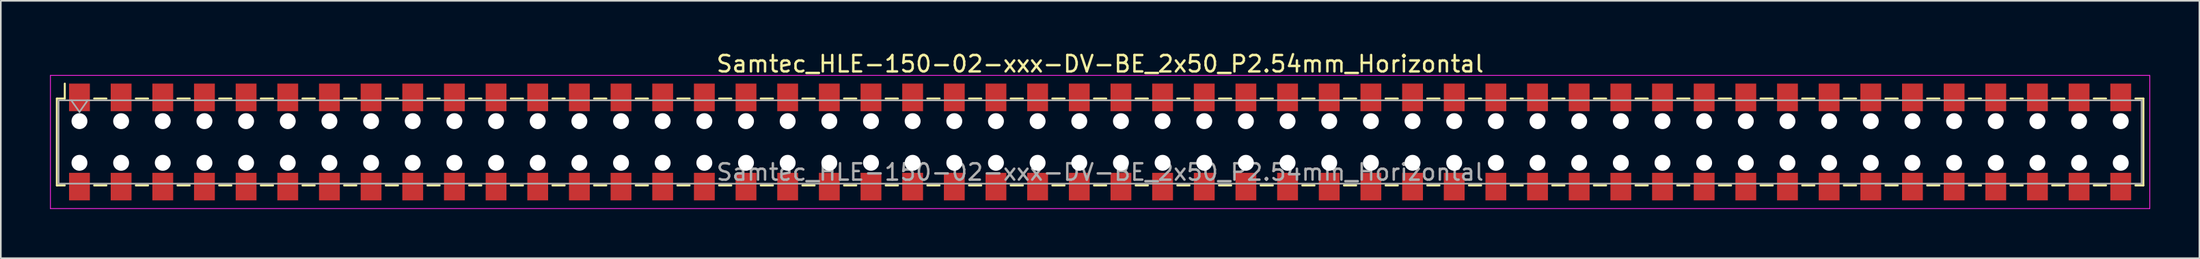
<source format=kicad_pcb>
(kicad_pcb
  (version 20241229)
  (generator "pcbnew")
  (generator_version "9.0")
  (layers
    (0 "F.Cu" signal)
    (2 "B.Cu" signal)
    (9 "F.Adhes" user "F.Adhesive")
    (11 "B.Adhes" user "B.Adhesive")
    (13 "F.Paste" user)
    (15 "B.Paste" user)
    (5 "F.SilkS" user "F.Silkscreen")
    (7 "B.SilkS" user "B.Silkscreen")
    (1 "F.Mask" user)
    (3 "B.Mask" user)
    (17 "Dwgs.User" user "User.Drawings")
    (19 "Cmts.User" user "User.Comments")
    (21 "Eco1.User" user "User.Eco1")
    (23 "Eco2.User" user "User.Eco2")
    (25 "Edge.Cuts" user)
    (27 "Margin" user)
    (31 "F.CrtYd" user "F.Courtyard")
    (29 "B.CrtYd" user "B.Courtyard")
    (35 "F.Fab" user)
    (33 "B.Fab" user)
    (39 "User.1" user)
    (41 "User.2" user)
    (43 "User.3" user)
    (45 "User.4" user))
  (footprint "Samtec_HLE-150-02-xxx-DV-BE_2x50_P2.54mm_Horizontal"
    (layer "F.Cu")
    (at 64.025 5.608)
    (property "Reference" "Samtec_HLE-150-02-xxx-DV-BE_2x50_P2.54mm_Horizontal" (at 0 -4.76 0) (layer "F.SilkS") (effects (font (size 1 1) (thickness 0.15))))
    (attr smd)
    (fp_line (start -63.61 -2.65) (end -63.61 2.65) (stroke (width 0.12) (type solid)) (layer "F.SilkS"))
    (fp_line (start -63.61 2.65) (end -63.125 2.65) (stroke (width 0.12) (type solid)) (layer "F.SilkS"))
    (fp_line (start -63.125 -3.56) (end -63.125 -2.65) (stroke (width 0.12) (type solid)) (layer "F.SilkS"))
    (fp_line (start -63.125 -2.65) (end -63.61 -2.65) (stroke (width 0.12) (type solid)) (layer "F.SilkS"))
    (fp_line (start -61.335 -2.65) (end -60.585 -2.65) (stroke (width 0.12) (type solid)) (layer "F.SilkS"))
    (fp_line (start -61.335 2.65) (end -60.585 2.65) (stroke (width 0.12) (type solid)) (layer "F.SilkS"))
    (fp_line (start -58.795 -2.65) (end -58.045 -2.65) (stroke (width 0.12) (type solid)) (layer "F.SilkS"))
    (fp_line (start -58.795 2.65) (end -58.045 2.65) (stroke (width 0.12) (type solid)) (layer "F.SilkS"))
    (fp_line (start -56.255 -2.65) (end -55.505 -2.65) (stroke (width 0.12) (type solid)) (layer "F.SilkS"))
    (fp_line (start -56.255 2.65) (end -55.505 2.65) (stroke (width 0.12) (type solid)) (layer "F.SilkS"))
    (fp_line (start -53.715 -2.65) (end -52.965 -2.65) (stroke (width 0.12) (type solid)) (layer "F.SilkS"))
    (fp_line (start -53.715 2.65) (end -52.965 2.65) (stroke (width 0.12) (type solid)) (layer "F.SilkS"))
    (fp_line (start -51.175 -2.65) (end -50.425 -2.65) (stroke (width 0.12) (type solid)) (layer "F.SilkS"))
    (fp_line (start -51.175 2.65) (end -50.425 2.65) (stroke (width 0.12) (type solid)) (layer "F.SilkS"))
    (fp_line (start -48.635 -2.65) (end -47.885 -2.65) (stroke (width 0.12) (type solid)) (layer "F.SilkS"))
    (fp_line (start -48.635 2.65) (end -47.885 2.65) (stroke (width 0.12) (type solid)) (layer "F.SilkS"))
    (fp_line (start -46.095 -2.65) (end -45.345 -2.65) (stroke (width 0.12) (type solid)) (layer "F.SilkS"))
    (fp_line (start -46.095 2.65) (end -45.345 2.65) (stroke (width 0.12) (type solid)) (layer "F.SilkS"))
    (fp_line (start -43.555 -2.65) (end -42.805 -2.65) (stroke (width 0.12) (type solid)) (layer "F.SilkS"))
    (fp_line (start -43.555 2.65) (end -42.805 2.65) (stroke (width 0.12) (type solid)) (layer "F.SilkS"))
    (fp_line (start -41.015 -2.65) (end -40.265 -2.65) (stroke (width 0.12) (type solid)) (layer "F.SilkS"))
    (fp_line (start -41.015 2.65) (end -40.265 2.65) (stroke (width 0.12) (type solid)) (layer "F.SilkS"))
    (fp_line (start -38.475 -2.65) (end -37.725 -2.65) (stroke (width 0.12) (type solid)) (layer "F.SilkS"))
    (fp_line (start -38.475 2.65) (end -37.725 2.65) (stroke (width 0.12) (type solid)) (layer "F.SilkS"))
    (fp_line (start -35.935 -2.65) (end -35.185 -2.65) (stroke (width 0.12) (type solid)) (layer "F.SilkS"))
    (fp_line (start -35.935 2.65) (end -35.185 2.65) (stroke (width 0.12) (type solid)) (layer "F.SilkS"))
    (fp_line (start -33.395 -2.65) (end -32.645 -2.65) (stroke (width 0.12) (type solid)) (layer "F.SilkS"))
    (fp_line (start -33.395 2.65) (end -32.645 2.65) (stroke (width 0.12) (type solid)) (layer "F.SilkS"))
    (fp_line (start -30.855 -2.65) (end -30.105 -2.65) (stroke (width 0.12) (type solid)) (layer "F.SilkS"))
    (fp_line (start -30.855 2.65) (end -30.105 2.65) (stroke (width 0.12) (type solid)) (layer "F.SilkS"))
    (fp_line (start -28.315 -2.65) (end -27.565 -2.65) (stroke (width 0.12) (type solid)) (layer "F.SilkS"))
    (fp_line (start -28.315 2.65) (end -27.565 2.65) (stroke (width 0.12) (type solid)) (layer "F.SilkS"))
    (fp_line (start -25.775 -2.65) (end -25.025 -2.65) (stroke (width 0.12) (type solid)) (layer "F.SilkS"))
    (fp_line (start -25.775 2.65) (end -25.025 2.65) (stroke (width 0.12) (type solid)) (layer "F.SilkS"))
    (fp_line (start -23.235 -2.65) (end -22.485 -2.65) (stroke (width 0.12) (type solid)) (layer "F.SilkS"))
    (fp_line (start -23.235 2.65) (end -22.485 2.65) (stroke (width 0.12) (type solid)) (layer "F.SilkS"))
    (fp_line (start -20.695 -2.65) (end -19.945 -2.65) (stroke (width 0.12) (type solid)) (layer "F.SilkS"))
    (fp_line (start -20.695 2.65) (end -19.945 2.65) (stroke (width 0.12) (type solid)) (layer "F.SilkS"))
    (fp_line (start -18.155 -2.65) (end -17.405 -2.65) (stroke (width 0.12) (type solid)) (layer "F.SilkS"))
    (fp_line (start -18.155 2.65) (end -17.405 2.65) (stroke (width 0.12) (type solid)) (layer "F.SilkS"))
    (fp_line (start -15.615 -2.65) (end -14.865 -2.65) (stroke (width 0.12) (type solid)) (layer "F.SilkS"))
    (fp_line (start -15.615 2.65) (end -14.865 2.65) (stroke (width 0.12) (type solid)) (layer "F.SilkS"))
    (fp_line (start -13.075 -2.65) (end -12.325 -2.65) (stroke (width 0.12) (type solid)) (layer "F.SilkS"))
    (fp_line (start -13.075 2.65) (end -12.325 2.65) (stroke (width 0.12) (type solid)) (layer "F.SilkS"))
    (fp_line (start -10.535 -2.65) (end -9.785 -2.65) (stroke (width 0.12) (type solid)) (layer "F.SilkS"))
    (fp_line (start -10.535 2.65) (end -9.785 2.65) (stroke (width 0.12) (type solid)) (layer "F.SilkS"))
    (fp_line (start -7.995 -2.65) (end -7.245 -2.65) (stroke (width 0.12) (type solid)) (layer "F.SilkS"))
    (fp_line (start -7.995 2.65) (end -7.245 2.65) (stroke (width 0.12) (type solid)) (layer "F.SilkS"))
    (fp_line (start -5.455 -2.65) (end -4.705 -2.65) (stroke (width 0.12) (type solid)) (layer "F.SilkS"))
    (fp_line (start -5.455 2.65) (end -4.705 2.65) (stroke (width 0.12) (type solid)) (layer "F.SilkS"))
    (fp_line (start -2.915 -2.65) (end -2.165 -2.65) (stroke (width 0.12) (type solid)) (layer "F.SilkS"))
    (fp_line (start -2.915 2.65) (end -2.165 2.65) (stroke (width 0.12) (type solid)) (layer "F.SilkS"))
    (fp_line (start -0.375 -2.65) (end 0.375 -2.65) (stroke (width 0.12) (type solid)) (layer "F.SilkS"))
    (fp_line (start -0.375 2.65) (end 0.375 2.65) (stroke (width 0.12) (type solid)) (layer "F.SilkS"))
    (fp_line (start 2.165 -2.65) (end 2.915 -2.65) (stroke (width 0.12) (type solid)) (layer "F.SilkS"))
    (fp_line (start 2.165 2.65) (end 2.915 2.65) (stroke (width 0.12) (type solid)) (layer "F.SilkS"))
    (fp_line (start 4.705 -2.65) (end 5.455 -2.65) (stroke (width 0.12) (type solid)) (layer "F.SilkS"))
    (fp_line (start 4.705 2.65) (end 5.455 2.65) (stroke (width 0.12) (type solid)) (layer "F.SilkS"))
    (fp_line (start 7.245 -2.65) (end 7.995 -2.65) (stroke (width 0.12) (type solid)) (layer "F.SilkS"))
    (fp_line (start 7.245 2.65) (end 7.995 2.65) (stroke (width 0.12) (type solid)) (layer "F.SilkS"))
    (fp_line (start 9.785 -2.65) (end 10.535 -2.65) (stroke (width 0.12) (type solid)) (layer "F.SilkS"))
    (fp_line (start 9.785 2.65) (end 10.535 2.65) (stroke (width 0.12) (type solid)) (layer "F.SilkS"))
    (fp_line (start 12.325 -2.65) (end 13.075 -2.65) (stroke (width 0.12) (type solid)) (layer "F.SilkS"))
    (fp_line (start 12.325 2.65) (end 13.075 2.65) (stroke (width 0.12) (type solid)) (layer "F.SilkS"))
    (fp_line (start 14.865 -2.65) (end 15.615 -2.65) (stroke (width 0.12) (type solid)) (layer "F.SilkS"))
    (fp_line (start 14.865 2.65) (end 15.615 2.65) (stroke (width 0.12) (type solid)) (layer "F.SilkS"))
    (fp_line (start 17.405 -2.65) (end 18.155 -2.65) (stroke (width 0.12) (type solid)) (layer "F.SilkS"))
    (fp_line (start 17.405 2.65) (end 18.155 2.65) (stroke (width 0.12) (type solid)) (layer "F.SilkS"))
    (fp_line (start 19.945 -2.65) (end 20.695 -2.65) (stroke (width 0.12) (type solid)) (layer "F.SilkS"))
    (fp_line (start 19.945 2.65) (end 20.695 2.65) (stroke (width 0.12) (type solid)) (layer "F.SilkS"))
    (fp_line (start 22.485 -2.65) (end 23.235 -2.65) (stroke (width 0.12) (type solid)) (layer "F.SilkS"))
    (fp_line (start 22.485 2.65) (end 23.235 2.65) (stroke (width 0.12) (type solid)) (layer "F.SilkS"))
    (fp_line (start 25.025 -2.65) (end 25.775 -2.65) (stroke (width 0.12) (type solid)) (layer "F.SilkS"))
    (fp_line (start 25.025 2.65) (end 25.775 2.65) (stroke (width 0.12) (type solid)) (layer "F.SilkS"))
    (fp_line (start 27.565 -2.65) (end 28.315 -2.65) (stroke (width 0.12) (type solid)) (layer "F.SilkS"))
    (fp_line (start 27.565 2.65) (end 28.315 2.65) (stroke (width 0.12) (type solid)) (layer "F.SilkS"))
    (fp_line (start 30.105 -2.65) (end 30.855 -2.65) (stroke (width 0.12) (type solid)) (layer "F.SilkS"))
    (fp_line (start 30.105 2.65) (end 30.855 2.65) (stroke (width 0.12) (type solid)) (layer "F.SilkS"))
    (fp_line (start 32.645 -2.65) (end 33.395 -2.65) (stroke (width 0.12) (type solid)) (layer "F.SilkS"))
    (fp_line (start 32.645 2.65) (end 33.395 2.65) (stroke (width 0.12) (type solid)) (layer "F.SilkS"))
    (fp_line (start 35.185 -2.65) (end 35.935 -2.65) (stroke (width 0.12) (type solid)) (layer "F.SilkS"))
    (fp_line (start 35.185 2.65) (end 35.935 2.65) (stroke (width 0.12) (type solid)) (layer "F.SilkS"))
    (fp_line (start 37.725 -2.65) (end 38.475 -2.65) (stroke (width 0.12) (type solid)) (layer "F.SilkS"))
    (fp_line (start 37.725 2.65) (end 38.475 2.65) (stroke (width 0.12) (type solid)) (layer "F.SilkS"))
    (fp_line (start 40.265 -2.65) (end 41.015 -2.65) (stroke (width 0.12) (type solid)) (layer "F.SilkS"))
    (fp_line (start 40.265 2.65) (end 41.015 2.65) (stroke (width 0.12) (type solid)) (layer "F.SilkS"))
    (fp_line (start 42.805 -2.65) (end 43.555 -2.65) (stroke (width 0.12) (type solid)) (layer "F.SilkS"))
    (fp_line (start 42.805 2.65) (end 43.555 2.65) (stroke (width 0.12) (type solid)) (layer "F.SilkS"))
    (fp_line (start 45.345 -2.65) (end 46.095 -2.65) (stroke (width 0.12) (type solid)) (layer "F.SilkS"))
    (fp_line (start 45.345 2.65) (end 46.095 2.65) (stroke (width 0.12) (type solid)) (layer "F.SilkS"))
    (fp_line (start 47.885 -2.65) (end 48.635 -2.65) (stroke (width 0.12) (type solid)) (layer "F.SilkS"))
    (fp_line (start 47.885 2.65) (end 48.635 2.65) (stroke (width 0.12) (type solid)) (layer "F.SilkS"))
    (fp_line (start 50.425 -2.65) (end 51.175 -2.65) (stroke (width 0.12) (type solid)) (layer "F.SilkS"))
    (fp_line (start 50.425 2.65) (end 51.175 2.65) (stroke (width 0.12) (type solid)) (layer "F.SilkS"))
    (fp_line (start 52.965 -2.65) (end 53.715 -2.65) (stroke (width 0.12) (type solid)) (layer "F.SilkS"))
    (fp_line (start 52.965 2.65) (end 53.715 2.65) (stroke (width 0.12) (type solid)) (layer "F.SilkS"))
    (fp_line (start 55.505 -2.65) (end 56.255 -2.65) (stroke (width 0.12) (type solid)) (layer "F.SilkS"))
    (fp_line (start 55.505 2.65) (end 56.255 2.65) (stroke (width 0.12) (type solid)) (layer "F.SilkS"))
    (fp_line (start 58.045 -2.65) (end 58.795 -2.65) (stroke (width 0.12) (type solid)) (layer "F.SilkS"))
    (fp_line (start 58.045 2.65) (end 58.795 2.65) (stroke (width 0.12) (type solid)) (layer "F.SilkS"))
    (fp_line (start 60.585 -2.65) (end 61.335 -2.65) (stroke (width 0.12) (type solid)) (layer "F.SilkS"))
    (fp_line (start 60.585 2.65) (end 61.335 2.65) (stroke (width 0.12) (type solid)) (layer "F.SilkS"))
    (fp_line (start 63.125 -2.65) (end 63.61 -2.65) (stroke (width 0.12) (type solid)) (layer "F.SilkS"))
    (fp_line (start 63.61 -2.65) (end 63.61 2.65) (stroke (width 0.12) (type solid)) (layer "F.SilkS"))
    (fp_line (start 63.61 2.65) (end 63.125 2.65) (stroke (width 0.12) (type solid)) (layer "F.SilkS"))
    (fp_line (start -64 -4.06) (end 64 -4.06) (stroke (width 0.05) (type solid)) (layer "F.CrtYd"))
    (fp_line (start -64 4.06) (end -64 -4.06) (stroke (width 0.05) (type solid)) (layer "F.CrtYd"))
    (fp_line (start 64 -4.06) (end 64 4.06) (stroke (width 0.05) (type solid)) (layer "F.CrtYd"))
    (fp_line (start 64 4.06) (end -64 4.06) (stroke (width 0.05) (type solid)) (layer "F.CrtYd"))
    (fp_line (start -63.5 -2.54) (end 63.5 -2.54) (stroke (width 0.1) (type solid)) (layer "F.Fab"))
    (fp_line (start -63.5 2.54) (end -63.5 -2.54) (stroke (width 0.1) (type solid)) (layer "F.Fab"))
    (fp_line (start -62.73 -2.54) (end -62.23 -1.833) (stroke (width 0.1) (type solid)) (layer "F.Fab"))
    (fp_line (start -62.23 -1.833) (end -61.73 -2.54) (stroke (width 0.1) (type solid)) (layer "F.Fab"))
    (fp_line (start 63.5 -2.54) (end 63.5 2.54) (stroke (width 0.1) (type solid)) (layer "F.Fab"))
    (fp_line (start 63.5 2.54) (end -63.5 2.54) (stroke (width 0.1) (type solid)) (layer "F.Fab"))
    (fp_text user "${REFERENCE}" (at 0 1.84 0) (layer "F.Fab") (effects (font (size 1 1) (thickness 0.15))))
    (pad "" np_thru_hole circle (at -62.23 -1.27) (size 0.97 0.97) (drill 0.97) (layers "*.Cu" "*.Mask"))
    (pad "" np_thru_hole circle (at -62.23 1.27) (size 0.97 0.97) (drill 0.97) (layers "*.Cu" "*.Mask"))
    (pad "" np_thru_hole circle (at -59.69 -1.27) (size 0.97 0.97) (drill 0.97) (layers "*.Cu" "*.Mask"))
    (pad "" np_thru_hole circle (at -59.69 1.27) (size 0.97 0.97) (drill 0.97) (layers "*.Cu" "*.Mask"))
    (pad "" np_thru_hole circle (at -57.15 -1.27) (size 0.97 0.97) (drill 0.97) (layers "*.Cu" "*.Mask"))
    (pad "" np_thru_hole circle (at -57.15 1.27) (size 0.97 0.97) (drill 0.97) (layers "*.Cu" "*.Mask"))
    (pad "" np_thru_hole circle (at -54.61 -1.27) (size 0.97 0.97) (drill 0.97) (layers "*.Cu" "*.Mask"))
    (pad "" np_thru_hole circle (at -54.61 1.27) (size 0.97 0.97) (drill 0.97) (layers "*.Cu" "*.Mask"))
    (pad "" np_thru_hole circle (at -52.07 -1.27) (size 0.97 0.97) (drill 0.97) (layers "*.Cu" "*.Mask"))
    (pad "" np_thru_hole circle (at -52.07 1.27) (size 0.97 0.97) (drill 0.97) (layers "*.Cu" "*.Mask"))
    (pad "" np_thru_hole circle (at -49.53 -1.27) (size 0.97 0.97) (drill 0.97) (layers "*.Cu" "*.Mask"))
    (pad "" np_thru_hole circle (at -49.53 1.27) (size 0.97 0.97) (drill 0.97) (layers "*.Cu" "*.Mask"))
    (pad "" np_thru_hole circle (at -46.99 -1.27) (size 0.97 0.97) (drill 0.97) (layers "*.Cu" "*.Mask"))
    (pad "" np_thru_hole circle (at -46.99 1.27) (size 0.97 0.97) (drill 0.97) (layers "*.Cu" "*.Mask"))
    (pad "" np_thru_hole circle (at -44.45 -1.27) (size 0.97 0.97) (drill 0.97) (layers "*.Cu" "*.Mask"))
    (pad "" np_thru_hole circle (at -44.45 1.27) (size 0.97 0.97) (drill 0.97) (layers "*.Cu" "*.Mask"))
    (pad "" np_thru_hole circle (at -41.91 -1.27) (size 0.97 0.97) (drill 0.97) (layers "*.Cu" "*.Mask"))
    (pad "" np_thru_hole circle (at -41.91 1.27) (size 0.97 0.97) (drill 0.97) (layers "*.Cu" "*.Mask"))
    (pad "" np_thru_hole circle (at -39.37 -1.27) (size 0.97 0.97) (drill 0.97) (layers "*.Cu" "*.Mask"))
    (pad "" np_thru_hole circle (at -39.37 1.27) (size 0.97 0.97) (drill 0.97) (layers "*.Cu" "*.Mask"))
    (pad "" np_thru_hole circle (at -36.83 -1.27) (size 0.97 0.97) (drill 0.97) (layers "*.Cu" "*.Mask"))
    (pad "" np_thru_hole circle (at -36.83 1.27) (size 0.97 0.97) (drill 0.97) (layers "*.Cu" "*.Mask"))
    (pad "" np_thru_hole circle (at -34.29 -1.27) (size 0.97 0.97) (drill 0.97) (layers "*.Cu" "*.Mask"))
    (pad "" np_thru_hole circle (at -34.29 1.27) (size 0.97 0.97) (drill 0.97) (layers "*.Cu" "*.Mask"))
    (pad "" np_thru_hole circle (at -31.75 -1.27) (size 0.97 0.97) (drill 0.97) (layers "*.Cu" "*.Mask"))
    (pad "" np_thru_hole circle (at -31.75 1.27) (size 0.97 0.97) (drill 0.97) (layers "*.Cu" "*.Mask"))
    (pad "" np_thru_hole circle (at -29.21 -1.27) (size 0.97 0.97) (drill 0.97) (layers "*.Cu" "*.Mask"))
    (pad "" np_thru_hole circle (at -29.21 1.27) (size 0.97 0.97) (drill 0.97) (layers "*.Cu" "*.Mask"))
    (pad "" np_thru_hole circle (at -26.67 -1.27) (size 0.97 0.97) (drill 0.97) (layers "*.Cu" "*.Mask"))
    (pad "" np_thru_hole circle (at -26.67 1.27) (size 0.97 0.97) (drill 0.97) (layers "*.Cu" "*.Mask"))
    (pad "" np_thru_hole circle (at -24.13 -1.27) (size 0.97 0.97) (drill 0.97) (layers "*.Cu" "*.Mask"))
    (pad "" np_thru_hole circle (at -24.13 1.27) (size 0.97 0.97) (drill 0.97) (layers "*.Cu" "*.Mask"))
    (pad "" np_thru_hole circle (at -21.59 -1.27) (size 0.97 0.97) (drill 0.97) (layers "*.Cu" "*.Mask"))
    (pad "" np_thru_hole circle (at -21.59 1.27) (size 0.97 0.97) (drill 0.97) (layers "*.Cu" "*.Mask"))
    (pad "" np_thru_hole circle (at -19.05 -1.27) (size 0.97 0.97) (drill 0.97) (layers "*.Cu" "*.Mask"))
    (pad "" np_thru_hole circle (at -19.05 1.27) (size 0.97 0.97) (drill 0.97) (layers "*.Cu" "*.Mask"))
    (pad "" np_thru_hole circle (at -16.51 -1.27) (size 0.97 0.97) (drill 0.97) (layers "*.Cu" "*.Mask"))
    (pad "" np_thru_hole circle (at -16.51 1.27) (size 0.97 0.97) (drill 0.97) (layers "*.Cu" "*.Mask"))
    (pad "" np_thru_hole circle (at -13.97 -1.27) (size 0.97 0.97) (drill 0.97) (layers "*.Cu" "*.Mask"))
    (pad "" np_thru_hole circle (at -13.97 1.27) (size 0.97 0.97) (drill 0.97) (layers "*.Cu" "*.Mask"))
    (pad "" np_thru_hole circle (at -11.43 -1.27) (size 0.97 0.97) (drill 0.97) (layers "*.Cu" "*.Mask"))
    (pad "" np_thru_hole circle (at -11.43 1.27) (size 0.97 0.97) (drill 0.97) (layers "*.Cu" "*.Mask"))
    (pad "" np_thru_hole circle (at -8.89 -1.27) (size 0.97 0.97) (drill 0.97) (layers "*.Cu" "*.Mask"))
    (pad "" np_thru_hole circle (at -8.89 1.27) (size 0.97 0.97) (drill 0.97) (layers "*.Cu" "*.Mask"))
    (pad "" np_thru_hole circle (at -6.35 -1.27) (size 0.97 0.97) (drill 0.97) (layers "*.Cu" "*.Mask"))
    (pad "" np_thru_hole circle (at -6.35 1.27) (size 0.97 0.97) (drill 0.97) (layers "*.Cu" "*.Mask"))
    (pad "" np_thru_hole circle (at -3.81 -1.27) (size 0.97 0.97) (drill 0.97) (layers "*.Cu" "*.Mask"))
    (pad "" np_thru_hole circle (at -3.81 1.27) (size 0.97 0.97) (drill 0.97) (layers "*.Cu" "*.Mask"))
    (pad "" np_thru_hole circle (at -1.27 -1.27) (size 0.97 0.97) (drill 0.97) (layers "*.Cu" "*.Mask"))
    (pad "" np_thru_hole circle (at -1.27 1.27) (size 0.97 0.97) (drill 0.97) (layers "*.Cu" "*.Mask"))
    (pad "" np_thru_hole circle (at 1.27 -1.27) (size 0.97 0.97) (drill 0.97) (layers "*.Cu" "*.Mask"))
    (pad "" np_thru_hole circle (at 1.27 1.27) (size 0.97 0.97) (drill 0.97) (layers "*.Cu" "*.Mask"))
    (pad "" np_thru_hole circle (at 3.81 -1.27) (size 0.97 0.97) (drill 0.97) (layers "*.Cu" "*.Mask"))
    (pad "" np_thru_hole circle (at 3.81 1.27) (size 0.97 0.97) (drill 0.97) (layers "*.Cu" "*.Mask"))
    (pad "" np_thru_hole circle (at 6.35 -1.27) (size 0.97 0.97) (drill 0.97) (layers "*.Cu" "*.Mask"))
    (pad "" np_thru_hole circle (at 6.35 1.27) (size 0.97 0.97) (drill 0.97) (layers "*.Cu" "*.Mask"))
    (pad "" np_thru_hole circle (at 8.89 -1.27) (size 0.97 0.97) (drill 0.97) (layers "*.Cu" "*.Mask"))
    (pad "" np_thru_hole circle (at 8.89 1.27) (size 0.97 0.97) (drill 0.97) (layers "*.Cu" "*.Mask"))
    (pad "" np_thru_hole circle (at 11.43 -1.27) (size 0.97 0.97) (drill 0.97) (layers "*.Cu" "*.Mask"))
    (pad "" np_thru_hole circle (at 11.43 1.27) (size 0.97 0.97) (drill 0.97) (layers "*.Cu" "*.Mask"))
    (pad "" np_thru_hole circle (at 13.97 -1.27) (size 0.97 0.97) (drill 0.97) (layers "*.Cu" "*.Mask"))
    (pad "" np_thru_hole circle (at 13.97 1.27) (size 0.97 0.97) (drill 0.97) (layers "*.Cu" "*.Mask"))
    (pad "" np_thru_hole circle (at 16.51 -1.27) (size 0.97 0.97) (drill 0.97) (layers "*.Cu" "*.Mask"))
    (pad "" np_thru_hole circle (at 16.51 1.27) (size 0.97 0.97) (drill 0.97) (layers "*.Cu" "*.Mask"))
    (pad "" np_thru_hole circle (at 19.05 -1.27) (size 0.97 0.97) (drill 0.97) (layers "*.Cu" "*.Mask"))
    (pad "" np_thru_hole circle (at 19.05 1.27) (size 0.97 0.97) (drill 0.97) (layers "*.Cu" "*.Mask"))
    (pad "" np_thru_hole circle (at 21.59 -1.27) (size 0.97 0.97) (drill 0.97) (layers "*.Cu" "*.Mask"))
    (pad "" np_thru_hole circle (at 21.59 1.27) (size 0.97 0.97) (drill 0.97) (layers "*.Cu" "*.Mask"))
    (pad "" np_thru_hole circle (at 24.13 -1.27) (size 0.97 0.97) (drill 0.97) (layers "*.Cu" "*.Mask"))
    (pad "" np_thru_hole circle (at 24.13 1.27) (size 0.97 0.97) (drill 0.97) (layers "*.Cu" "*.Mask"))
    (pad "" np_thru_hole circle (at 26.67 -1.27) (size 0.97 0.97) (drill 0.97) (layers "*.Cu" "*.Mask"))
    (pad "" np_thru_hole circle (at 26.67 1.27) (size 0.97 0.97) (drill 0.97) (layers "*.Cu" "*.Mask"))
    (pad "" np_thru_hole circle (at 29.21 -1.27) (size 0.97 0.97) (drill 0.97) (layers "*.Cu" "*.Mask"))
    (pad "" np_thru_hole circle (at 29.21 1.27) (size 0.97 0.97) (drill 0.97) (layers "*.Cu" "*.Mask"))
    (pad "" np_thru_hole circle (at 31.75 -1.27) (size 0.97 0.97) (drill 0.97) (layers "*.Cu" "*.Mask"))
    (pad "" np_thru_hole circle (at 31.75 1.27) (size 0.97 0.97) (drill 0.97) (layers "*.Cu" "*.Mask"))
    (pad "" np_thru_hole circle (at 34.29 -1.27) (size 0.97 0.97) (drill 0.97) (layers "*.Cu" "*.Mask"))
    (pad "" np_thru_hole circle (at 34.29 1.27) (size 0.97 0.97) (drill 0.97) (layers "*.Cu" "*.Mask"))
    (pad "" np_thru_hole circle (at 36.83 -1.27) (size 0.97 0.97) (drill 0.97) (layers "*.Cu" "*.Mask"))
    (pad "" np_thru_hole circle (at 36.83 1.27) (size 0.97 0.97) (drill 0.97) (layers "*.Cu" "*.Mask"))
    (pad "" np_thru_hole circle (at 39.37 -1.27) (size 0.97 0.97) (drill 0.97) (layers "*.Cu" "*.Mask"))
    (pad "" np_thru_hole circle (at 39.37 1.27) (size 0.97 0.97) (drill 0.97) (layers "*.Cu" "*.Mask"))
    (pad "" np_thru_hole circle (at 41.91 -1.27) (size 0.97 0.97) (drill 0.97) (layers "*.Cu" "*.Mask"))
    (pad "" np_thru_hole circle (at 41.91 1.27) (size 0.97 0.97) (drill 0.97) (layers "*.Cu" "*.Mask"))
    (pad "" np_thru_hole circle (at 44.45 -1.27) (size 0.97 0.97) (drill 0.97) (layers "*.Cu" "*.Mask"))
    (pad "" np_thru_hole circle (at 44.45 1.27) (size 0.97 0.97) (drill 0.97) (layers "*.Cu" "*.Mask"))
    (pad "" np_thru_hole circle (at 46.99 -1.27) (size 0.97 0.97) (drill 0.97) (layers "*.Cu" "*.Mask"))
    (pad "" np_thru_hole circle (at 46.99 1.27) (size 0.97 0.97) (drill 0.97) (layers "*.Cu" "*.Mask"))
    (pad "" np_thru_hole circle (at 49.53 -1.27) (size 0.97 0.97) (drill 0.97) (layers "*.Cu" "*.Mask"))
    (pad "" np_thru_hole circle (at 49.53 1.27) (size 0.97 0.97) (drill 0.97) (layers "*.Cu" "*.Mask"))
    (pad "" np_thru_hole circle (at 52.07 -1.27) (size 0.97 0.97) (drill 0.97) (layers "*.Cu" "*.Mask"))
    (pad "" np_thru_hole circle (at 52.07 1.27) (size 0.97 0.97) (drill 0.97) (layers "*.Cu" "*.Mask"))
    (pad "" np_thru_hole circle (at 54.61 -1.27) (size 0.97 0.97) (drill 0.97) (layers "*.Cu" "*.Mask"))
    (pad "" np_thru_hole circle (at 54.61 1.27) (size 0.97 0.97) (drill 0.97) (layers "*.Cu" "*.Mask"))
    (pad "" np_thru_hole circle (at 57.15 -1.27) (size 0.97 0.97) (drill 0.97) (layers "*.Cu" "*.Mask"))
    (pad "" np_thru_hole circle (at 57.15 1.27) (size 0.97 0.97) (drill 0.97) (layers "*.Cu" "*.Mask"))
    (pad "" np_thru_hole circle (at 59.69 -1.27) (size 0.97 0.97) (drill 0.97) (layers "*.Cu" "*.Mask"))
    (pad "" np_thru_hole circle (at 59.69 1.27) (size 0.97 0.97) (drill 0.97) (layers "*.Cu" "*.Mask"))
    (pad "" np_thru_hole circle (at 62.23 -1.27) (size 0.97 0.97) (drill 0.97) (layers "*.Cu" "*.Mask"))
    (pad "" np_thru_hole circle (at 62.23 1.27) (size 0.97 0.97) (drill 0.97) (layers "*.Cu" "*.Mask"))
    (pad "1" smd rect (at -62.23 -2.72) (size 1.27 1.68) (layers "F.Cu" "F.Mask" "F.Paste"))
    (pad "2" smd rect (at -62.23 2.72) (size 1.27 1.68) (layers "F.Cu" "F.Mask" "F.Paste"))
    (pad "3" smd rect (at -59.69 -2.72) (size 1.27 1.68) (layers "F.Cu" "F.Mask" "F.Paste"))
    (pad "4" smd rect (at -59.69 2.72) (size 1.27 1.68) (layers "F.Cu" "F.Mask" "F.Paste"))
    (pad "5" smd rect (at -57.15 -2.72) (size 1.27 1.68) (layers "F.Cu" "F.Mask" "F.Paste"))
    (pad "6" smd rect (at -57.15 2.72) (size 1.27 1.68) (layers "F.Cu" "F.Mask" "F.Paste"))
    (pad "7" smd rect (at -54.61 -2.72) (size 1.27 1.68) (layers "F.Cu" "F.Mask" "F.Paste"))
    (pad "8" smd rect (at -54.61 2.72) (size 1.27 1.68) (layers "F.Cu" "F.Mask" "F.Paste"))
    (pad "9" smd rect (at -52.07 -2.72) (size 1.27 1.68) (layers "F.Cu" "F.Mask" "F.Paste"))
    (pad "10" smd rect (at -52.07 2.72) (size 1.27 1.68) (layers "F.Cu" "F.Mask" "F.Paste"))
    (pad "11" smd rect (at -49.53 -2.72) (size 1.27 1.68) (layers "F.Cu" "F.Mask" "F.Paste"))
    (pad "12" smd rect (at -49.53 2.72) (size 1.27 1.68) (layers "F.Cu" "F.Mask" "F.Paste"))
    (pad "13" smd rect (at -46.99 -2.72) (size 1.27 1.68) (layers "F.Cu" "F.Mask" "F.Paste"))
    (pad "14" smd rect (at -46.99 2.72) (size 1.27 1.68) (layers "F.Cu" "F.Mask" "F.Paste"))
    (pad "15" smd rect (at -44.45 -2.72) (size 1.27 1.68) (layers "F.Cu" "F.Mask" "F.Paste"))
    (pad "16" smd rect (at -44.45 2.72) (size 1.27 1.68) (layers "F.Cu" "F.Mask" "F.Paste"))
    (pad "17" smd rect (at -41.91 -2.72) (size 1.27 1.68) (layers "F.Cu" "F.Mask" "F.Paste"))
    (pad "18" smd rect (at -41.91 2.72) (size 1.27 1.68) (layers "F.Cu" "F.Mask" "F.Paste"))
    (pad "19" smd rect (at -39.37 -2.72) (size 1.27 1.68) (layers "F.Cu" "F.Mask" "F.Paste"))
    (pad "20" smd rect (at -39.37 2.72) (size 1.27 1.68) (layers "F.Cu" "F.Mask" "F.Paste"))
    (pad "21" smd rect (at -36.83 -2.72) (size 1.27 1.68) (layers "F.Cu" "F.Mask" "F.Paste"))
    (pad "22" smd rect (at -36.83 2.72) (size 1.27 1.68) (layers "F.Cu" "F.Mask" "F.Paste"))
    (pad "23" smd rect (at -34.29 -2.72) (size 1.27 1.68) (layers "F.Cu" "F.Mask" "F.Paste"))
    (pad "24" smd rect (at -34.29 2.72) (size 1.27 1.68) (layers "F.Cu" "F.Mask" "F.Paste"))
    (pad "25" smd rect (at -31.75 -2.72) (size 1.27 1.68) (layers "F.Cu" "F.Mask" "F.Paste"))
    (pad "26" smd rect (at -31.75 2.72) (size 1.27 1.68) (layers "F.Cu" "F.Mask" "F.Paste"))
    (pad "27" smd rect (at -29.21 -2.72) (size 1.27 1.68) (layers "F.Cu" "F.Mask" "F.Paste"))
    (pad "28" smd rect (at -29.21 2.72) (size 1.27 1.68) (layers "F.Cu" "F.Mask" "F.Paste"))
    (pad "29" smd rect (at -26.67 -2.72) (size 1.27 1.68) (layers "F.Cu" "F.Mask" "F.Paste"))
    (pad "30" smd rect (at -26.67 2.72) (size 1.27 1.68) (layers "F.Cu" "F.Mask" "F.Paste"))
    (pad "31" smd rect (at -24.13 -2.72) (size 1.27 1.68) (layers "F.Cu" "F.Mask" "F.Paste"))
    (pad "32" smd rect (at -24.13 2.72) (size 1.27 1.68) (layers "F.Cu" "F.Mask" "F.Paste"))
    (pad "33" smd rect (at -21.59 -2.72) (size 1.27 1.68) (layers "F.Cu" "F.Mask" "F.Paste"))
    (pad "34" smd rect (at -21.59 2.72) (size 1.27 1.68) (layers "F.Cu" "F.Mask" "F.Paste"))
    (pad "35" smd rect (at -19.05 -2.72) (size 1.27 1.68) (layers "F.Cu" "F.Mask" "F.Paste"))
    (pad "36" smd rect (at -19.05 2.72) (size 1.27 1.68) (layers "F.Cu" "F.Mask" "F.Paste"))
    (pad "37" smd rect (at -16.51 -2.72) (size 1.27 1.68) (layers "F.Cu" "F.Mask" "F.Paste"))
    (pad "38" smd rect (at -16.51 2.72) (size 1.27 1.68) (layers "F.Cu" "F.Mask" "F.Paste"))
    (pad "39" smd rect (at -13.97 -2.72) (size 1.27 1.68) (layers "F.Cu" "F.Mask" "F.Paste"))
    (pad "40" smd rect (at -13.97 2.72) (size 1.27 1.68) (layers "F.Cu" "F.Mask" "F.Paste"))
    (pad "41" smd rect (at -11.43 -2.72) (size 1.27 1.68) (layers "F.Cu" "F.Mask" "F.Paste"))
    (pad "42" smd rect (at -11.43 2.72) (size 1.27 1.68) (layers "F.Cu" "F.Mask" "F.Paste"))
    (pad "43" smd rect (at -8.89 -2.72) (size 1.27 1.68) (layers "F.Cu" "F.Mask" "F.Paste"))
    (pad "44" smd rect (at -8.89 2.72) (size 1.27 1.68) (layers "F.Cu" "F.Mask" "F.Paste"))
    (pad "45" smd rect (at -6.35 -2.72) (size 1.27 1.68) (layers "F.Cu" "F.Mask" "F.Paste"))
    (pad "46" smd rect (at -6.35 2.72) (size 1.27 1.68) (layers "F.Cu" "F.Mask" "F.Paste"))
    (pad "47" smd rect (at -3.81 -2.72) (size 1.27 1.68) (layers "F.Cu" "F.Mask" "F.Paste"))
    (pad "48" smd rect (at -3.81 2.72) (size 1.27 1.68) (layers "F.Cu" "F.Mask" "F.Paste"))
    (pad "49" smd rect (at -1.27 -2.72) (size 1.27 1.68) (layers "F.Cu" "F.Mask" "F.Paste"))
    (pad "50" smd rect (at -1.27 2.72) (size 1.27 1.68) (layers "F.Cu" "F.Mask" "F.Paste"))
    (pad "51" smd rect (at 1.27 -2.72) (size 1.27 1.68) (layers "F.Cu" "F.Mask" "F.Paste"))
    (pad "52" smd rect (at 1.27 2.72) (size 1.27 1.68) (layers "F.Cu" "F.Mask" "F.Paste"))
    (pad "53" smd rect (at 3.81 -2.72) (size 1.27 1.68) (layers "F.Cu" "F.Mask" "F.Paste"))
    (pad "54" smd rect (at 3.81 2.72) (size 1.27 1.68) (layers "F.Cu" "F.Mask" "F.Paste"))
    (pad "55" smd rect (at 6.35 -2.72) (size 1.27 1.68) (layers "F.Cu" "F.Mask" "F.Paste"))
    (pad "56" smd rect (at 6.35 2.72) (size 1.27 1.68) (layers "F.Cu" "F.Mask" "F.Paste"))
    (pad "57" smd rect (at 8.89 -2.72) (size 1.27 1.68) (layers "F.Cu" "F.Mask" "F.Paste"))
    (pad "58" smd rect (at 8.89 2.72) (size 1.27 1.68) (layers "F.Cu" "F.Mask" "F.Paste"))
    (pad "59" smd rect (at 11.43 -2.72) (size 1.27 1.68) (layers "F.Cu" "F.Mask" "F.Paste"))
    (pad "60" smd rect (at 11.43 2.72) (size 1.27 1.68) (layers "F.Cu" "F.Mask" "F.Paste"))
    (pad "61" smd rect (at 13.97 -2.72) (size 1.27 1.68) (layers "F.Cu" "F.Mask" "F.Paste"))
    (pad "62" smd rect (at 13.97 2.72) (size 1.27 1.68) (layers "F.Cu" "F.Mask" "F.Paste"))
    (pad "63" smd rect (at 16.51 -2.72) (size 1.27 1.68) (layers "F.Cu" "F.Mask" "F.Paste"))
    (pad "64" smd rect (at 16.51 2.72) (size 1.27 1.68) (layers "F.Cu" "F.Mask" "F.Paste"))
    (pad "65" smd rect (at 19.05 -2.72) (size 1.27 1.68) (layers "F.Cu" "F.Mask" "F.Paste"))
    (pad "66" smd rect (at 19.05 2.72) (size 1.27 1.68) (layers "F.Cu" "F.Mask" "F.Paste"))
    (pad "67" smd rect (at 21.59 -2.72) (size 1.27 1.68) (layers "F.Cu" "F.Mask" "F.Paste"))
    (pad "68" smd rect (at 21.59 2.72) (size 1.27 1.68) (layers "F.Cu" "F.Mask" "F.Paste"))
    (pad "69" smd rect (at 24.13 -2.72) (size 1.27 1.68) (layers "F.Cu" "F.Mask" "F.Paste"))
    (pad "70" smd rect (at 24.13 2.72) (size 1.27 1.68) (layers "F.Cu" "F.Mask" "F.Paste"))
    (pad "71" smd rect (at 26.67 -2.72) (size 1.27 1.68) (layers "F.Cu" "F.Mask" "F.Paste"))
    (pad "72" smd rect (at 26.67 2.72) (size 1.27 1.68) (layers "F.Cu" "F.Mask" "F.Paste"))
    (pad "73" smd rect (at 29.21 -2.72) (size 1.27 1.68) (layers "F.Cu" "F.Mask" "F.Paste"))
    (pad "74" smd rect (at 29.21 2.72) (size 1.27 1.68) (layers "F.Cu" "F.Mask" "F.Paste"))
    (pad "75" smd rect (at 31.75 -2.72) (size 1.27 1.68) (layers "F.Cu" "F.Mask" "F.Paste"))
    (pad "76" smd rect (at 31.75 2.72) (size 1.27 1.68) (layers "F.Cu" "F.Mask" "F.Paste"))
    (pad "77" smd rect (at 34.29 -2.72) (size 1.27 1.68) (layers "F.Cu" "F.Mask" "F.Paste"))
    (pad "78" smd rect (at 34.29 2.72) (size 1.27 1.68) (layers "F.Cu" "F.Mask" "F.Paste"))
    (pad "79" smd rect (at 36.83 -2.72) (size 1.27 1.68) (layers "F.Cu" "F.Mask" "F.Paste"))
    (pad "80" smd rect (at 36.83 2.72) (size 1.27 1.68) (layers "F.Cu" "F.Mask" "F.Paste"))
    (pad "81" smd rect (at 39.37 -2.72) (size 1.27 1.68) (layers "F.Cu" "F.Mask" "F.Paste"))
    (pad "82" smd rect (at 39.37 2.72) (size 1.27 1.68) (layers "F.Cu" "F.Mask" "F.Paste"))
    (pad "83" smd rect (at 41.91 -2.72) (size 1.27 1.68) (layers "F.Cu" "F.Mask" "F.Paste"))
    (pad "84" smd rect (at 41.91 2.72) (size 1.27 1.68) (layers "F.Cu" "F.Mask" "F.Paste"))
    (pad "85" smd rect (at 44.45 -2.72) (size 1.27 1.68) (layers "F.Cu" "F.Mask" "F.Paste"))
    (pad "86" smd rect (at 44.45 2.72) (size 1.27 1.68) (layers "F.Cu" "F.Mask" "F.Paste"))
    (pad "87" smd rect (at 46.99 -2.72) (size 1.27 1.68) (layers "F.Cu" "F.Mask" "F.Paste"))
    (pad "88" smd rect (at 46.99 2.72) (size 1.27 1.68) (layers "F.Cu" "F.Mask" "F.Paste"))
    (pad "89" smd rect (at 49.53 -2.72) (size 1.27 1.68) (layers "F.Cu" "F.Mask" "F.Paste"))
    (pad "90" smd rect (at 49.53 2.72) (size 1.27 1.68) (layers "F.Cu" "F.Mask" "F.Paste"))
    (pad "91" smd rect (at 52.07 -2.72) (size 1.27 1.68) (layers "F.Cu" "F.Mask" "F.Paste"))
    (pad "92" smd rect (at 52.07 2.72) (size 1.27 1.68) (layers "F.Cu" "F.Mask" "F.Paste"))
    (pad "93" smd rect (at 54.61 -2.72) (size 1.27 1.68) (layers "F.Cu" "F.Mask" "F.Paste"))
    (pad "94" smd rect (at 54.61 2.72) (size 1.27 1.68) (layers "F.Cu" "F.Mask" "F.Paste"))
    (pad "95" smd rect (at 57.15 -2.72) (size 1.27 1.68) (layers "F.Cu" "F.Mask" "F.Paste"))
    (pad "96" smd rect (at 57.15 2.72) (size 1.27 1.68) (layers "F.Cu" "F.Mask" "F.Paste"))
    (pad "97" smd rect (at 59.69 -2.72) (size 1.27 1.68) (layers "F.Cu" "F.Mask" "F.Paste"))
    (pad "98" smd rect (at 59.69 2.72) (size 1.27 1.68) (layers "F.Cu" "F.Mask" "F.Paste"))
    (pad "99" smd rect (at 62.23 -2.72) (size 1.27 1.68) (layers "F.Cu" "F.Mask" "F.Paste"))
    (pad "100" smd rect (at 62.23 2.72) (size 1.27 1.68) (layers "F.Cu" "F.Mask" "F.Paste")))
  (gr_rect
    (start -3 -3)
    (end 131.05 12.693)
    (stroke (width 0.1) (type default))
    (fill no)
    (layer "Edge.Cuts")))
</source>
